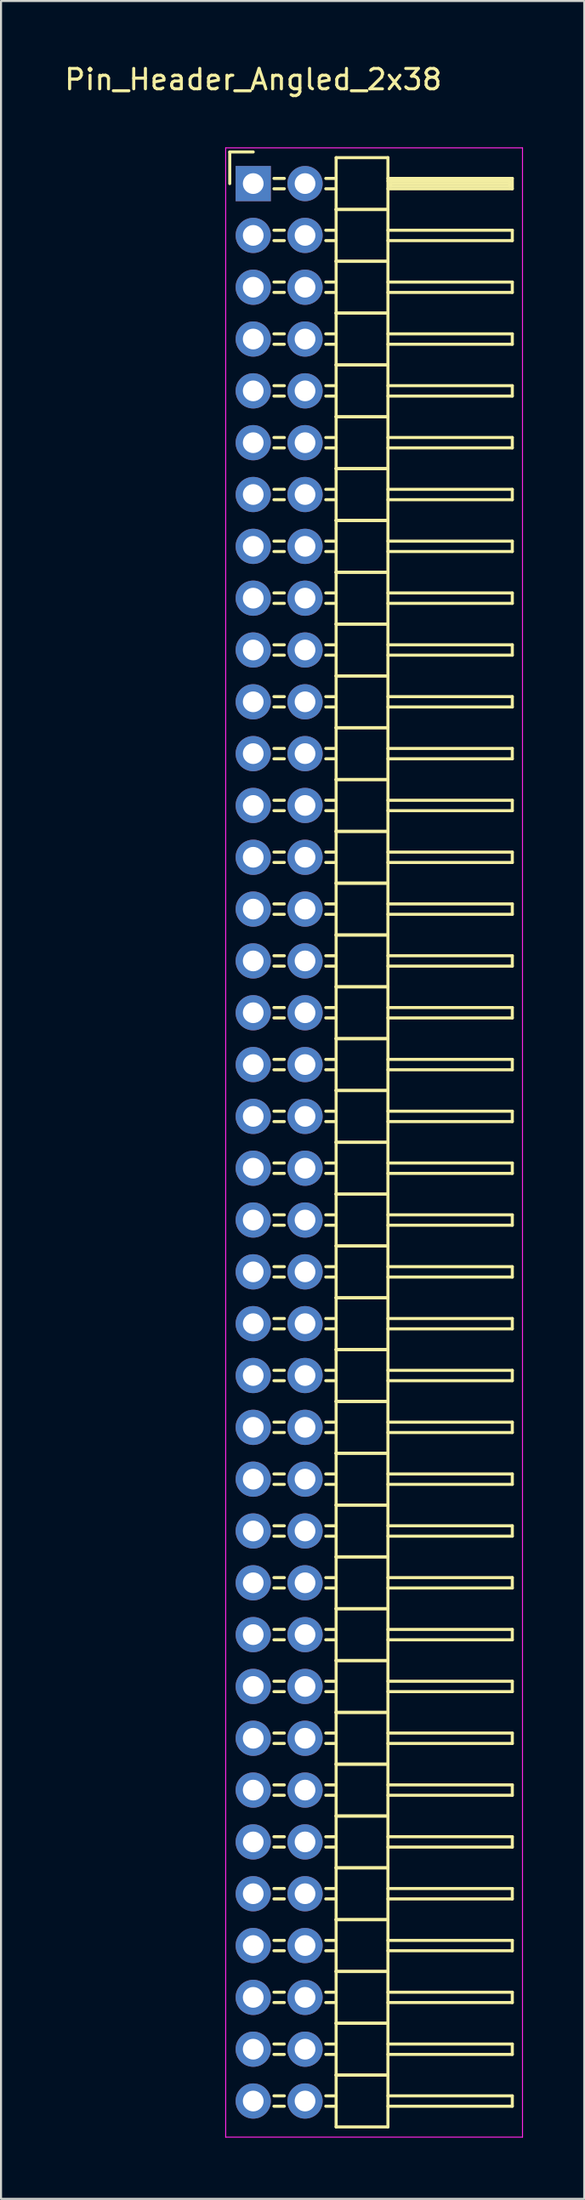
<source format=kicad_pcb>
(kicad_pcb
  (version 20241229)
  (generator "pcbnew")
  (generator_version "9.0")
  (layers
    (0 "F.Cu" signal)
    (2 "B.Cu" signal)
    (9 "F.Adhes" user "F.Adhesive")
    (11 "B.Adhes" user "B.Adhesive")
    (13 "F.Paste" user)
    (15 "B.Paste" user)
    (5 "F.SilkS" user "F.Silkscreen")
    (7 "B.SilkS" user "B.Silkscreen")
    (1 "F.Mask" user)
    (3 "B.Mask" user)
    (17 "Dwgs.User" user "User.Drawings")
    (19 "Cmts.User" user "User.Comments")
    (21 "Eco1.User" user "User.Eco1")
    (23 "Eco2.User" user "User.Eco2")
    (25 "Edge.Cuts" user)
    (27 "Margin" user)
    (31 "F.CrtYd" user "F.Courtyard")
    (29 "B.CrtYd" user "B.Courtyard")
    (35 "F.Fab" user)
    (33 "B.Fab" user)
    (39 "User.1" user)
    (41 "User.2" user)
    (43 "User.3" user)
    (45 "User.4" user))
  (footprint "Pin_Header_Angled_2x38"
    (layer "F.Cu")
    (at 9.363 5.948)
    (property "Reference" "Pin_Header_Angled_2x38" (at 0 -5.1 0) (layer "F.SilkS") (effects (font (size 1 1) (thickness 0.15))))
    (attr through_hole)
    (fp_line (start -1.15 -1.55) (end -1.15 0) (stroke (width 0.15) (type solid)) (layer "F.SilkS"))
    (fp_line (start 0 -1.55) (end -1.15 -1.55) (stroke (width 0.15) (type solid)) (layer "F.SilkS"))
    (fp_line (start 1.524 -0.254) (end 1.016 -0.254) (stroke (width 0.15) (type solid)) (layer "F.SilkS"))
    (fp_line (start 1.524 0.254) (end 1.016 0.254) (stroke (width 0.15) (type solid)) (layer "F.SilkS"))
    (fp_line (start 1.524 2.286) (end 1.016 2.286) (stroke (width 0.15) (type solid)) (layer "F.SilkS"))
    (fp_line (start 1.524 2.794) (end 1.016 2.794) (stroke (width 0.15) (type solid)) (layer "F.SilkS"))
    (fp_line (start 1.524 4.826) (end 1.016 4.826) (stroke (width 0.15) (type solid)) (layer "F.SilkS"))
    (fp_line (start 1.524 5.334) (end 1.016 5.334) (stroke (width 0.15) (type solid)) (layer "F.SilkS"))
    (fp_line (start 1.524 7.366) (end 1.016 7.366) (stroke (width 0.15) (type solid)) (layer "F.SilkS"))
    (fp_line (start 1.524 7.874) (end 1.016 7.874) (stroke (width 0.15) (type solid)) (layer "F.SilkS"))
    (fp_line (start 1.524 9.906) (end 1.016 9.906) (stroke (width 0.15) (type solid)) (layer "F.SilkS"))
    (fp_line (start 1.524 10.414) (end 1.016 10.414) (stroke (width 0.15) (type solid)) (layer "F.SilkS"))
    (fp_line (start 1.524 12.446) (end 1.016 12.446) (stroke (width 0.15) (type solid)) (layer "F.SilkS"))
    (fp_line (start 1.524 12.954) (end 1.016 12.954) (stroke (width 0.15) (type solid)) (layer "F.SilkS"))
    (fp_line (start 1.524 14.986) (end 1.016 14.986) (stroke (width 0.15) (type solid)) (layer "F.SilkS"))
    (fp_line (start 1.524 15.494) (end 1.016 15.494) (stroke (width 0.15) (type solid)) (layer "F.SilkS"))
    (fp_line (start 1.524 17.526) (end 1.016 17.526) (stroke (width 0.15) (type solid)) (layer "F.SilkS"))
    (fp_line (start 1.524 18.034) (end 1.016 18.034) (stroke (width 0.15) (type solid)) (layer "F.SilkS"))
    (fp_line (start 1.524 20.066) (end 1.016 20.066) (stroke (width 0.15) (type solid)) (layer "F.SilkS"))
    (fp_line (start 1.524 20.574) (end 1.016 20.574) (stroke (width 0.15) (type solid)) (layer "F.SilkS"))
    (fp_line (start 1.524 22.606) (end 1.016 22.606) (stroke (width 0.15) (type solid)) (layer "F.SilkS"))
    (fp_line (start 1.524 23.114) (end 1.016 23.114) (stroke (width 0.15) (type solid)) (layer "F.SilkS"))
    (fp_line (start 1.524 25.146) (end 1.016 25.146) (stroke (width 0.15) (type solid)) (layer "F.SilkS"))
    (fp_line (start 1.524 25.654) (end 1.016 25.654) (stroke (width 0.15) (type solid)) (layer "F.SilkS"))
    (fp_line (start 1.524 27.686) (end 1.016 27.686) (stroke (width 0.15) (type solid)) (layer "F.SilkS"))
    (fp_line (start 1.524 28.194) (end 1.016 28.194) (stroke (width 0.15) (type solid)) (layer "F.SilkS"))
    (fp_line (start 1.524 30.226) (end 1.016 30.226) (stroke (width 0.15) (type solid)) (layer "F.SilkS"))
    (fp_line (start 1.524 30.734) (end 1.016 30.734) (stroke (width 0.15) (type solid)) (layer "F.SilkS"))
    (fp_line (start 1.524 32.766) (end 1.016 32.766) (stroke (width 0.15) (type solid)) (layer "F.SilkS"))
    (fp_line (start 1.524 33.274) (end 1.016 33.274) (stroke (width 0.15) (type solid)) (layer "F.SilkS"))
    (fp_line (start 1.524 35.306) (end 1.016 35.306) (stroke (width 0.15) (type solid)) (layer "F.SilkS"))
    (fp_line (start 1.524 35.814) (end 1.016 35.814) (stroke (width 0.15) (type solid)) (layer "F.SilkS"))
    (fp_line (start 1.524 37.846) (end 1.016 37.846) (stroke (width 0.15) (type solid)) (layer "F.SilkS"))
    (fp_line (start 1.524 38.354) (end 1.016 38.354) (stroke (width 0.15) (type solid)) (layer "F.SilkS"))
    (fp_line (start 1.524 40.386) (end 1.016 40.386) (stroke (width 0.15) (type solid)) (layer "F.SilkS"))
    (fp_line (start 1.524 40.894) (end 1.016 40.894) (stroke (width 0.15) (type solid)) (layer "F.SilkS"))
    (fp_line (start 1.524 42.926) (end 1.016 42.926) (stroke (width 0.15) (type solid)) (layer "F.SilkS"))
    (fp_line (start 1.524 43.434) (end 1.016 43.434) (stroke (width 0.15) (type solid)) (layer "F.SilkS"))
    (fp_line (start 1.524 45.466) (end 1.016 45.466) (stroke (width 0.15) (type solid)) (layer "F.SilkS"))
    (fp_line (start 1.524 45.974) (end 1.016 45.974) (stroke (width 0.15) (type solid)) (layer "F.SilkS"))
    (fp_line (start 1.524 48.006) (end 1.016 48.006) (stroke (width 0.15) (type solid)) (layer "F.SilkS"))
    (fp_line (start 1.524 48.514) (end 1.016 48.514) (stroke (width 0.15) (type solid)) (layer "F.SilkS"))
    (fp_line (start 1.524 50.546) (end 1.016 50.546) (stroke (width 0.15) (type solid)) (layer "F.SilkS"))
    (fp_line (start 1.524 51.054) (end 1.016 51.054) (stroke (width 0.15) (type solid)) (layer "F.SilkS"))
    (fp_line (start 1.524 53.086) (end 1.016 53.086) (stroke (width 0.15) (type solid)) (layer "F.SilkS"))
    (fp_line (start 1.524 53.594) (end 1.016 53.594) (stroke (width 0.15) (type solid)) (layer "F.SilkS"))
    (fp_line (start 1.524 55.626) (end 1.016 55.626) (stroke (width 0.15) (type solid)) (layer "F.SilkS"))
    (fp_line (start 1.524 56.134) (end 1.016 56.134) (stroke (width 0.15) (type solid)) (layer "F.SilkS"))
    (fp_line (start 1.524 58.166) (end 1.016 58.166) (stroke (width 0.15) (type solid)) (layer "F.SilkS"))
    (fp_line (start 1.524 58.674) (end 1.016 58.674) (stroke (width 0.15) (type solid)) (layer "F.SilkS"))
    (fp_line (start 1.524 60.706) (end 1.016 60.706) (stroke (width 0.15) (type solid)) (layer "F.SilkS"))
    (fp_line (start 1.524 61.214) (end 1.016 61.214) (stroke (width 0.15) (type solid)) (layer "F.SilkS"))
    (fp_line (start 1.524 63.246) (end 1.016 63.246) (stroke (width 0.15) (type solid)) (layer "F.SilkS"))
    (fp_line (start 1.524 63.754) (end 1.016 63.754) (stroke (width 0.15) (type solid)) (layer "F.SilkS"))
    (fp_line (start 1.524 65.786) (end 1.016 65.786) (stroke (width 0.15) (type solid)) (layer "F.SilkS"))
    (fp_line (start 1.524 66.294) (end 1.016 66.294) (stroke (width 0.15) (type solid)) (layer "F.SilkS"))
    (fp_line (start 1.524 68.326) (end 1.016 68.326) (stroke (width 0.15) (type solid)) (layer "F.SilkS"))
    (fp_line (start 1.524 68.834) (end 1.016 68.834) (stroke (width 0.15) (type solid)) (layer "F.SilkS"))
    (fp_line (start 1.524 70.866) (end 1.016 70.866) (stroke (width 0.15) (type solid)) (layer "F.SilkS"))
    (fp_line (start 1.524 71.374) (end 1.016 71.374) (stroke (width 0.15) (type solid)) (layer "F.SilkS"))
    (fp_line (start 1.524 73.406) (end 1.016 73.406) (stroke (width 0.15) (type solid)) (layer "F.SilkS"))
    (fp_line (start 1.524 73.914) (end 1.016 73.914) (stroke (width 0.15) (type solid)) (layer "F.SilkS"))
    (fp_line (start 1.524 75.946) (end 1.016 75.946) (stroke (width 0.15) (type solid)) (layer "F.SilkS"))
    (fp_line (start 1.524 76.454) (end 1.016 76.454) (stroke (width 0.15) (type solid)) (layer "F.SilkS"))
    (fp_line (start 1.524 78.486) (end 1.016 78.486) (stroke (width 0.15) (type solid)) (layer "F.SilkS"))
    (fp_line (start 1.524 78.994) (end 1.016 78.994) (stroke (width 0.15) (type solid)) (layer "F.SilkS"))
    (fp_line (start 1.524 81.026) (end 1.016 81.026) (stroke (width 0.15) (type solid)) (layer "F.SilkS"))
    (fp_line (start 1.524 81.534) (end 1.016 81.534) (stroke (width 0.15) (type solid)) (layer "F.SilkS"))
    (fp_line (start 1.524 83.566) (end 1.016 83.566) (stroke (width 0.15) (type solid)) (layer "F.SilkS"))
    (fp_line (start 1.524 84.074) (end 1.016 84.074) (stroke (width 0.15) (type solid)) (layer "F.SilkS"))
    (fp_line (start 1.524 86.106) (end 1.016 86.106) (stroke (width 0.15) (type solid)) (layer "F.SilkS"))
    (fp_line (start 1.524 86.614) (end 1.016 86.614) (stroke (width 0.15) (type solid)) (layer "F.SilkS"))
    (fp_line (start 1.524 88.646) (end 1.016 88.646) (stroke (width 0.15) (type solid)) (layer "F.SilkS"))
    (fp_line (start 1.524 89.154) (end 1.016 89.154) (stroke (width 0.15) (type solid)) (layer "F.SilkS"))
    (fp_line (start 1.524 91.186) (end 1.016 91.186) (stroke (width 0.15) (type solid)) (layer "F.SilkS"))
    (fp_line (start 1.524 91.694) (end 1.016 91.694) (stroke (width 0.15) (type solid)) (layer "F.SilkS"))
    (fp_line (start 1.524 93.726) (end 1.016 93.726) (stroke (width 0.15) (type solid)) (layer "F.SilkS"))
    (fp_line (start 1.524 94.234) (end 1.016 94.234) (stroke (width 0.15) (type solid)) (layer "F.SilkS"))
    (fp_line (start 4.064 -1.27) (end 4.064 1.27) (stroke (width 0.15) (type solid)) (layer "F.SilkS"))
    (fp_line (start 4.064 -1.27) (end 6.604 -1.27) (stroke (width 0.15) (type solid)) (layer "F.SilkS"))
    (fp_line (start 4.064 -0.254) (end 3.556 -0.254) (stroke (width 0.15) (type solid)) (layer "F.SilkS"))
    (fp_line (start 4.064 0.254) (end 3.556 0.254) (stroke (width 0.15) (type solid)) (layer "F.SilkS"))
    (fp_line (start 4.064 1.27) (end 4.064 3.81) (stroke (width 0.15) (type solid)) (layer "F.SilkS"))
    (fp_line (start 4.064 1.27) (end 6.604 1.27) (stroke (width 0.15) (type solid)) (layer "F.SilkS"))
    (fp_line (start 4.064 1.27) (end 6.604 1.27) (stroke (width 0.15) (type solid)) (layer "F.SilkS"))
    (fp_line (start 4.064 2.286) (end 3.556 2.286) (stroke (width 0.15) (type solid)) (layer "F.SilkS"))
    (fp_line (start 4.064 2.794) (end 3.556 2.794) (stroke (width 0.15) (type solid)) (layer "F.SilkS"))
    (fp_line (start 4.064 3.81) (end 4.064 6.35) (stroke (width 0.15) (type solid)) (layer "F.SilkS"))
    (fp_line (start 4.064 3.81) (end 6.604 3.81) (stroke (width 0.15) (type solid)) (layer "F.SilkS"))
    (fp_line (start 4.064 3.81) (end 6.604 3.81) (stroke (width 0.15) (type solid)) (layer "F.SilkS"))
    (fp_line (start 4.064 4.826) (end 3.556 4.826) (stroke (width 0.15) (type solid)) (layer "F.SilkS"))
    (fp_line (start 4.064 5.334) (end 3.556 5.334) (stroke (width 0.15) (type solid)) (layer "F.SilkS"))
    (fp_line (start 4.064 6.35) (end 4.064 8.89) (stroke (width 0.15) (type solid)) (layer "F.SilkS"))
    (fp_line (start 4.064 6.35) (end 6.604 6.35) (stroke (width 0.15) (type solid)) (layer "F.SilkS"))
    (fp_line (start 4.064 6.35) (end 6.604 6.35) (stroke (width 0.15) (type solid)) (layer "F.SilkS"))
    (fp_line (start 4.064 7.366) (end 3.556 7.366) (stroke (width 0.15) (type solid)) (layer "F.SilkS"))
    (fp_line (start 4.064 7.874) (end 3.556 7.874) (stroke (width 0.15) (type solid)) (layer "F.SilkS"))
    (fp_line (start 4.064 8.89) (end 4.064 11.43) (stroke (width 0.15) (type solid)) (layer "F.SilkS"))
    (fp_line (start 4.064 8.89) (end 6.604 8.89) (stroke (width 0.15) (type solid)) (layer "F.SilkS"))
    (fp_line (start 4.064 8.89) (end 6.604 8.89) (stroke (width 0.15) (type solid)) (layer "F.SilkS"))
    (fp_line (start 4.064 9.906) (end 3.556 9.906) (stroke (width 0.15) (type solid)) (layer "F.SilkS"))
    (fp_line (start 4.064 10.414) (end 3.556 10.414) (stroke (width 0.15) (type solid)) (layer "F.SilkS"))
    (fp_line (start 4.064 11.43) (end 4.064 13.97) (stroke (width 0.15) (type solid)) (layer "F.SilkS"))
    (fp_line (start 4.064 11.43) (end 6.604 11.43) (stroke (width 0.15) (type solid)) (layer "F.SilkS"))
    (fp_line (start 4.064 11.43) (end 6.604 11.43) (stroke (width 0.15) (type solid)) (layer "F.SilkS"))
    (fp_line (start 4.064 12.446) (end 3.556 12.446) (stroke (width 0.15) (type solid)) (layer "F.SilkS"))
    (fp_line (start 4.064 12.954) (end 3.556 12.954) (stroke (width 0.15) (type solid)) (layer "F.SilkS"))
    (fp_line (start 4.064 13.97) (end 4.064 16.51) (stroke (width 0.15) (type solid)) (layer "F.SilkS"))
    (fp_line (start 4.064 13.97) (end 6.604 13.97) (stroke (width 0.15) (type solid)) (layer "F.SilkS"))
    (fp_line (start 4.064 13.97) (end 6.604 13.97) (stroke (width 0.15) (type solid)) (layer "F.SilkS"))
    (fp_line (start 4.064 14.986) (end 3.556 14.986) (stroke (width 0.15) (type solid)) (layer "F.SilkS"))
    (fp_line (start 4.064 15.494) (end 3.556 15.494) (stroke (width 0.15) (type solid)) (layer "F.SilkS"))
    (fp_line (start 4.064 16.51) (end 4.064 19.05) (stroke (width 0.15) (type solid)) (layer "F.SilkS"))
    (fp_line (start 4.064 16.51) (end 6.604 16.51) (stroke (width 0.15) (type solid)) (layer "F.SilkS"))
    (fp_line (start 4.064 16.51) (end 6.604 16.51) (stroke (width 0.15) (type solid)) (layer "F.SilkS"))
    (fp_line (start 4.064 17.526) (end 3.556 17.526) (stroke (width 0.15) (type solid)) (layer "F.SilkS"))
    (fp_line (start 4.064 18.034) (end 3.556 18.034) (stroke (width 0.15) (type solid)) (layer "F.SilkS"))
    (fp_line (start 4.064 19.05) (end 4.064 21.59) (stroke (width 0.15) (type solid)) (layer "F.SilkS"))
    (fp_line (start 4.064 19.05) (end 6.604 19.05) (stroke (width 0.15) (type solid)) (layer "F.SilkS"))
    (fp_line (start 4.064 19.05) (end 6.604 19.05) (stroke (width 0.15) (type solid)) (layer "F.SilkS"))
    (fp_line (start 4.064 20.066) (end 3.556 20.066) (stroke (width 0.15) (type solid)) (layer "F.SilkS"))
    (fp_line (start 4.064 20.574) (end 3.556 20.574) (stroke (width 0.15) (type solid)) (layer "F.SilkS"))
    (fp_line (start 4.064 21.59) (end 4.064 24.13) (stroke (width 0.15) (type solid)) (layer "F.SilkS"))
    (fp_line (start 4.064 21.59) (end 6.604 21.59) (stroke (width 0.15) (type solid)) (layer "F.SilkS"))
    (fp_line (start 4.064 21.59) (end 6.604 21.59) (stroke (width 0.15) (type solid)) (layer "F.SilkS"))
    (fp_line (start 4.064 22.606) (end 3.556 22.606) (stroke (width 0.15) (type solid)) (layer "F.SilkS"))
    (fp_line (start 4.064 23.114) (end 3.556 23.114) (stroke (width 0.15) (type solid)) (layer "F.SilkS"))
    (fp_line (start 4.064 24.13) (end 4.064 26.67) (stroke (width 0.15) (type solid)) (layer "F.SilkS"))
    (fp_line (start 4.064 24.13) (end 6.604 24.13) (stroke (width 0.15) (type solid)) (layer "F.SilkS"))
    (fp_line (start 4.064 24.13) (end 6.604 24.13) (stroke (width 0.15) (type solid)) (layer "F.SilkS"))
    (fp_line (start 4.064 25.146) (end 3.556 25.146) (stroke (width 0.15) (type solid)) (layer "F.SilkS"))
    (fp_line (start 4.064 25.654) (end 3.556 25.654) (stroke (width 0.15) (type solid)) (layer "F.SilkS"))
    (fp_line (start 4.064 26.67) (end 4.064 29.21) (stroke (width 0.15) (type solid)) (layer "F.SilkS"))
    (fp_line (start 4.064 26.67) (end 6.604 26.67) (stroke (width 0.15) (type solid)) (layer "F.SilkS"))
    (fp_line (start 4.064 26.67) (end 6.604 26.67) (stroke (width 0.15) (type solid)) (layer "F.SilkS"))
    (fp_line (start 4.064 27.686) (end 3.556 27.686) (stroke (width 0.15) (type solid)) (layer "F.SilkS"))
    (fp_line (start 4.064 28.194) (end 3.556 28.194) (stroke (width 0.15) (type solid)) (layer "F.SilkS"))
    (fp_line (start 4.064 29.21) (end 4.064 31.75) (stroke (width 0.15) (type solid)) (layer "F.SilkS"))
    (fp_line (start 4.064 29.21) (end 6.604 29.21) (stroke (width 0.15) (type solid)) (layer "F.SilkS"))
    (fp_line (start 4.064 29.21) (end 6.604 29.21) (stroke (width 0.15) (type solid)) (layer "F.SilkS"))
    (fp_line (start 4.064 30.226) (end 3.556 30.226) (stroke (width 0.15) (type solid)) (layer "F.SilkS"))
    (fp_line (start 4.064 30.734) (end 3.556 30.734) (stroke (width 0.15) (type solid)) (layer "F.SilkS"))
    (fp_line (start 4.064 31.75) (end 4.064 34.29) (stroke (width 0.15) (type solid)) (layer "F.SilkS"))
    (fp_line (start 4.064 31.75) (end 6.604 31.75) (stroke (width 0.15) (type solid)) (layer "F.SilkS"))
    (fp_line (start 4.064 31.75) (end 6.604 31.75) (stroke (width 0.15) (type solid)) (layer "F.SilkS"))
    (fp_line (start 4.064 32.766) (end 3.556 32.766) (stroke (width 0.15) (type solid)) (layer "F.SilkS"))
    (fp_line (start 4.064 33.274) (end 3.556 33.274) (stroke (width 0.15) (type solid)) (layer "F.SilkS"))
    (fp_line (start 4.064 34.29) (end 4.064 36.83) (stroke (width 0.15) (type solid)) (layer "F.SilkS"))
    (fp_line (start 4.064 34.29) (end 6.604 34.29) (stroke (width 0.15) (type solid)) (layer "F.SilkS"))
    (fp_line (start 4.064 34.29) (end 6.604 34.29) (stroke (width 0.15) (type solid)) (layer "F.SilkS"))
    (fp_line (start 4.064 35.306) (end 3.556 35.306) (stroke (width 0.15) (type solid)) (layer "F.SilkS"))
    (fp_line (start 4.064 35.814) (end 3.556 35.814) (stroke (width 0.15) (type solid)) (layer "F.SilkS"))
    (fp_line (start 4.064 36.83) (end 4.064 39.37) (stroke (width 0.15) (type solid)) (layer "F.SilkS"))
    (fp_line (start 4.064 36.83) (end 6.604 36.83) (stroke (width 0.15) (type solid)) (layer "F.SilkS"))
    (fp_line (start 4.064 36.83) (end 6.604 36.83) (stroke (width 0.15) (type solid)) (layer "F.SilkS"))
    (fp_line (start 4.064 37.846) (end 3.556 37.846) (stroke (width 0.15) (type solid)) (layer "F.SilkS"))
    (fp_line (start 4.064 38.354) (end 3.556 38.354) (stroke (width 0.15) (type solid)) (layer "F.SilkS"))
    (fp_line (start 4.064 39.37) (end 4.064 41.91) (stroke (width 0.15) (type solid)) (layer "F.SilkS"))
    (fp_line (start 4.064 39.37) (end 6.604 39.37) (stroke (width 0.15) (type solid)) (layer "F.SilkS"))
    (fp_line (start 4.064 39.37) (end 6.604 39.37) (stroke (width 0.15) (type solid)) (layer "F.SilkS"))
    (fp_line (start 4.064 40.386) (end 3.556 40.386) (stroke (width 0.15) (type solid)) (layer "F.SilkS"))
    (fp_line (start 4.064 40.894) (end 3.556 40.894) (stroke (width 0.15) (type solid)) (layer "F.SilkS"))
    (fp_line (start 4.064 41.91) (end 4.064 44.45) (stroke (width 0.15) (type solid)) (layer "F.SilkS"))
    (fp_line (start 4.064 41.91) (end 6.604 41.91) (stroke (width 0.15) (type solid)) (layer "F.SilkS"))
    (fp_line (start 4.064 41.91) (end 6.604 41.91) (stroke (width 0.15) (type solid)) (layer "F.SilkS"))
    (fp_line (start 4.064 42.926) (end 3.556 42.926) (stroke (width 0.15) (type solid)) (layer "F.SilkS"))
    (fp_line (start 4.064 43.434) (end 3.556 43.434) (stroke (width 0.15) (type solid)) (layer "F.SilkS"))
    (fp_line (start 4.064 44.45) (end 4.064 46.99) (stroke (width 0.15) (type solid)) (layer "F.SilkS"))
    (fp_line (start 4.064 44.45) (end 6.604 44.45) (stroke (width 0.15) (type solid)) (layer "F.SilkS"))
    (fp_line (start 4.064 44.45) (end 6.604 44.45) (stroke (width 0.15) (type solid)) (layer "F.SilkS"))
    (fp_line (start 4.064 45.466) (end 3.556 45.466) (stroke (width 0.15) (type solid)) (layer "F.SilkS"))
    (fp_line (start 4.064 45.974) (end 3.556 45.974) (stroke (width 0.15) (type solid)) (layer "F.SilkS"))
    (fp_line (start 4.064 46.99) (end 4.064 49.53) (stroke (width 0.15) (type solid)) (layer "F.SilkS"))
    (fp_line (start 4.064 46.99) (end 6.604 46.99) (stroke (width 0.15) (type solid)) (layer "F.SilkS"))
    (fp_line (start 4.064 46.99) (end 6.604 46.99) (stroke (width 0.15) (type solid)) (layer "F.SilkS"))
    (fp_line (start 4.064 48.006) (end 3.556 48.006) (stroke (width 0.15) (type solid)) (layer "F.SilkS"))
    (fp_line (start 4.064 48.514) (end 3.556 48.514) (stroke (width 0.15) (type solid)) (layer "F.SilkS"))
    (fp_line (start 4.064 49.53) (end 4.064 52.07) (stroke (width 0.15) (type solid)) (layer "F.SilkS"))
    (fp_line (start 4.064 49.53) (end 6.604 49.53) (stroke (width 0.15) (type solid)) (layer "F.SilkS"))
    (fp_line (start 4.064 49.53) (end 6.604 49.53) (stroke (width 0.15) (type solid)) (layer "F.SilkS"))
    (fp_line (start 4.064 50.546) (end 3.556 50.546) (stroke (width 0.15) (type solid)) (layer "F.SilkS"))
    (fp_line (start 4.064 51.054) (end 3.556 51.054) (stroke (width 0.15) (type solid)) (layer "F.SilkS"))
    (fp_line (start 4.064 52.07) (end 4.064 54.61) (stroke (width 0.15) (type solid)) (layer "F.SilkS"))
    (fp_line (start 4.064 52.07) (end 6.604 52.07) (stroke (width 0.15) (type solid)) (layer "F.SilkS"))
    (fp_line (start 4.064 52.07) (end 6.604 52.07) (stroke (width 0.15) (type solid)) (layer "F.SilkS"))
    (fp_line (start 4.064 53.086) (end 3.556 53.086) (stroke (width 0.15) (type solid)) (layer "F.SilkS"))
    (fp_line (start 4.064 53.594) (end 3.556 53.594) (stroke (width 0.15) (type solid)) (layer "F.SilkS"))
    (fp_line (start 4.064 54.61) (end 4.064 57.15) (stroke (width 0.15) (type solid)) (layer "F.SilkS"))
    (fp_line (start 4.064 54.61) (end 6.604 54.61) (stroke (width 0.15) (type solid)) (layer "F.SilkS"))
    (fp_line (start 4.064 54.61) (end 6.604 54.61) (stroke (width 0.15) (type solid)) (layer "F.SilkS"))
    (fp_line (start 4.064 55.626) (end 3.556 55.626) (stroke (width 0.15) (type solid)) (layer "F.SilkS"))
    (fp_line (start 4.064 56.134) (end 3.556 56.134) (stroke (width 0.15) (type solid)) (layer "F.SilkS"))
    (fp_line (start 4.064 57.15) (end 4.064 59.69) (stroke (width 0.15) (type solid)) (layer "F.SilkS"))
    (fp_line (start 4.064 57.15) (end 6.604 57.15) (stroke (width 0.15) (type solid)) (layer "F.SilkS"))
    (fp_line (start 4.064 57.15) (end 6.604 57.15) (stroke (width 0.15) (type solid)) (layer "F.SilkS"))
    (fp_line (start 4.064 58.166) (end 3.556 58.166) (stroke (width 0.15) (type solid)) (layer "F.SilkS"))
    (fp_line (start 4.064 58.674) (end 3.556 58.674) (stroke (width 0.15) (type solid)) (layer "F.SilkS"))
    (fp_line (start 4.064 59.69) (end 4.064 62.23) (stroke (width 0.15) (type solid)) (layer "F.SilkS"))
    (fp_line (start 4.064 59.69) (end 6.604 59.69) (stroke (width 0.15) (type solid)) (layer "F.SilkS"))
    (fp_line (start 4.064 59.69) (end 6.604 59.69) (stroke (width 0.15) (type solid)) (layer "F.SilkS"))
    (fp_line (start 4.064 60.706) (end 3.556 60.706) (stroke (width 0.15) (type solid)) (layer "F.SilkS"))
    (fp_line (start 4.064 61.214) (end 3.556 61.214) (stroke (width 0.15) (type solid)) (layer "F.SilkS"))
    (fp_line (start 4.064 62.23) (end 4.064 64.77) (stroke (width 0.15) (type solid)) (layer "F.SilkS"))
    (fp_line (start 4.064 62.23) (end 6.604 62.23) (stroke (width 0.15) (type solid)) (layer "F.SilkS"))
    (fp_line (start 4.064 62.23) (end 6.604 62.23) (stroke (width 0.15) (type solid)) (layer "F.SilkS"))
    (fp_line (start 4.064 63.246) (end 3.556 63.246) (stroke (width 0.15) (type solid)) (layer "F.SilkS"))
    (fp_line (start 4.064 63.754) (end 3.556 63.754) (stroke (width 0.15) (type solid)) (layer "F.SilkS"))
    (fp_line (start 4.064 64.77) (end 4.064 67.31) (stroke (width 0.15) (type solid)) (layer "F.SilkS"))
    (fp_line (start 4.064 64.77) (end 6.604 64.77) (stroke (width 0.15) (type solid)) (layer "F.SilkS"))
    (fp_line (start 4.064 64.77) (end 6.604 64.77) (stroke (width 0.15) (type solid)) (layer "F.SilkS"))
    (fp_line (start 4.064 65.786) (end 3.556 65.786) (stroke (width 0.15) (type solid)) (layer "F.SilkS"))
    (fp_line (start 4.064 66.294) (end 3.556 66.294) (stroke (width 0.15) (type solid)) (layer "F.SilkS"))
    (fp_line (start 4.064 67.31) (end 4.064 69.85) (stroke (width 0.15) (type solid)) (layer "F.SilkS"))
    (fp_line (start 4.064 67.31) (end 6.604 67.31) (stroke (width 0.15) (type solid)) (layer "F.SilkS"))
    (fp_line (start 4.064 67.31) (end 6.604 67.31) (stroke (width 0.15) (type solid)) (layer "F.SilkS"))
    (fp_line (start 4.064 68.326) (end 3.556 68.326) (stroke (width 0.15) (type solid)) (layer "F.SilkS"))
    (fp_line (start 4.064 68.834) (end 3.556 68.834) (stroke (width 0.15) (type solid)) (layer "F.SilkS"))
    (fp_line (start 4.064 69.85) (end 4.064 72.39) (stroke (width 0.15) (type solid)) (layer "F.SilkS"))
    (fp_line (start 4.064 69.85) (end 6.604 69.85) (stroke (width 0.15) (type solid)) (layer "F.SilkS"))
    (fp_line (start 4.064 69.85) (end 6.604 69.85) (stroke (width 0.15) (type solid)) (layer "F.SilkS"))
    (fp_line (start 4.064 70.866) (end 3.556 70.866) (stroke (width 0.15) (type solid)) (layer "F.SilkS"))
    (fp_line (start 4.064 71.374) (end 3.556 71.374) (stroke (width 0.15) (type solid)) (layer "F.SilkS"))
    (fp_line (start 4.064 72.39) (end 4.064 74.93) (stroke (width 0.15) (type solid)) (layer "F.SilkS"))
    (fp_line (start 4.064 72.39) (end 6.604 72.39) (stroke (width 0.15) (type solid)) (layer "F.SilkS"))
    (fp_line (start 4.064 72.39) (end 6.604 72.39) (stroke (width 0.15) (type solid)) (layer "F.SilkS"))
    (fp_line (start 4.064 73.406) (end 3.556 73.406) (stroke (width 0.15) (type solid)) (layer "F.SilkS"))
    (fp_line (start 4.064 73.914) (end 3.556 73.914) (stroke (width 0.15) (type solid)) (layer "F.SilkS"))
    (fp_line (start 4.064 74.93) (end 4.064 77.47) (stroke (width 0.15) (type solid)) (layer "F.SilkS"))
    (fp_line (start 4.064 74.93) (end 6.604 74.93) (stroke (width 0.15) (type solid)) (layer "F.SilkS"))
    (fp_line (start 4.064 74.93) (end 6.604 74.93) (stroke (width 0.15) (type solid)) (layer "F.SilkS"))
    (fp_line (start 4.064 75.946) (end 3.556 75.946) (stroke (width 0.15) (type solid)) (layer "F.SilkS"))
    (fp_line (start 4.064 76.454) (end 3.556 76.454) (stroke (width 0.15) (type solid)) (layer "F.SilkS"))
    (fp_line (start 4.064 77.47) (end 4.064 80.01) (stroke (width 0.15) (type solid)) (layer "F.SilkS"))
    (fp_line (start 4.064 77.47) (end 6.604 77.47) (stroke (width 0.15) (type solid)) (layer "F.SilkS"))
    (fp_line (start 4.064 77.47) (end 6.604 77.47) (stroke (width 0.15) (type solid)) (layer "F.SilkS"))
    (fp_line (start 4.064 78.486) (end 3.556 78.486) (stroke (width 0.15) (type solid)) (layer "F.SilkS"))
    (fp_line (start 4.064 78.994) (end 3.556 78.994) (stroke (width 0.15) (type solid)) (layer "F.SilkS"))
    (fp_line (start 4.064 80.01) (end 4.064 82.55) (stroke (width 0.15) (type solid)) (layer "F.SilkS"))
    (fp_line (start 4.064 80.01) (end 6.604 80.01) (stroke (width 0.15) (type solid)) (layer "F.SilkS"))
    (fp_line (start 4.064 80.01) (end 6.604 80.01) (stroke (width 0.15) (type solid)) (layer "F.SilkS"))
    (fp_line (start 4.064 81.026) (end 3.556 81.026) (stroke (width 0.15) (type solid)) (layer "F.SilkS"))
    (fp_line (start 4.064 81.534) (end 3.556 81.534) (stroke (width 0.15) (type solid)) (layer "F.SilkS"))
    (fp_line (start 4.064 82.55) (end 4.064 85.09) (stroke (width 0.15) (type solid)) (layer "F.SilkS"))
    (fp_line (start 4.064 82.55) (end 6.604 82.55) (stroke (width 0.15) (type solid)) (layer "F.SilkS"))
    (fp_line (start 4.064 82.55) (end 6.604 82.55) (stroke (width 0.15) (type solid)) (layer "F.SilkS"))
    (fp_line (start 4.064 83.566) (end 3.556 83.566) (stroke (width 0.15) (type solid)) (layer "F.SilkS"))
    (fp_line (start 4.064 84.074) (end 3.556 84.074) (stroke (width 0.15) (type solid)) (layer "F.SilkS"))
    (fp_line (start 4.064 85.09) (end 4.064 87.63) (stroke (width 0.15) (type solid)) (layer "F.SilkS"))
    (fp_line (start 4.064 85.09) (end 6.604 85.09) (stroke (width 0.15) (type solid)) (layer "F.SilkS"))
    (fp_line (start 4.064 85.09) (end 6.604 85.09) (stroke (width 0.15) (type solid)) (layer "F.SilkS"))
    (fp_line (start 4.064 86.106) (end 3.556 86.106) (stroke (width 0.15) (type solid)) (layer "F.SilkS"))
    (fp_line (start 4.064 86.614) (end 3.556 86.614) (stroke (width 0.15) (type solid)) (layer "F.SilkS"))
    (fp_line (start 4.064 87.63) (end 4.064 90.17) (stroke (width 0.15) (type solid)) (layer "F.SilkS"))
    (fp_line (start 4.064 87.63) (end 6.604 87.63) (stroke (width 0.15) (type solid)) (layer "F.SilkS"))
    (fp_line (start 4.064 87.63) (end 6.604 87.63) (stroke (width 0.15) (type solid)) (layer "F.SilkS"))
    (fp_line (start 4.064 88.646) (end 3.556 88.646) (stroke (width 0.15) (type solid)) (layer "F.SilkS"))
    (fp_line (start 4.064 89.154) (end 3.556 89.154) (stroke (width 0.15) (type solid)) (layer "F.SilkS"))
    (fp_line (start 4.064 90.17) (end 4.064 92.71) (stroke (width 0.15) (type solid)) (layer "F.SilkS"))
    (fp_line (start 4.064 90.17) (end 6.604 90.17) (stroke (width 0.15) (type solid)) (layer "F.SilkS"))
    (fp_line (start 4.064 90.17) (end 6.604 90.17) (stroke (width 0.15) (type solid)) (layer "F.SilkS"))
    (fp_line (start 4.064 91.186) (end 3.556 91.186) (stroke (width 0.15) (type solid)) (layer "F.SilkS"))
    (fp_line (start 4.064 91.694) (end 3.556 91.694) (stroke (width 0.15) (type solid)) (layer "F.SilkS"))
    (fp_line (start 4.064 92.71) (end 4.064 95.25) (stroke (width 0.15) (type solid)) (layer "F.SilkS"))
    (fp_line (start 4.064 92.71) (end 6.604 92.71) (stroke (width 0.15) (type solid)) (layer "F.SilkS"))
    (fp_line (start 4.064 92.71) (end 6.604 92.71) (stroke (width 0.15) (type solid)) (layer "F.SilkS"))
    (fp_line (start 4.064 93.726) (end 3.556 93.726) (stroke (width 0.15) (type solid)) (layer "F.SilkS"))
    (fp_line (start 4.064 94.234) (end 3.556 94.234) (stroke (width 0.15) (type solid)) (layer "F.SilkS"))
    (fp_line (start 4.064 95.25) (end 6.604 95.25) (stroke (width 0.15) (type solid)) (layer "F.SilkS"))
    (fp_line (start 6.604 -0.254) (end 12.7 -0.254) (stroke (width 0.15) (type solid)) (layer "F.SilkS"))
    (fp_line (start 6.604 -0.127) (end 12.573 -0.127) (stroke (width 0.15) (type solid)) (layer "F.SilkS"))
    (fp_line (start 6.604 1.27) (end 6.604 -1.27) (stroke (width 0.15) (type solid)) (layer "F.SilkS"))
    (fp_line (start 6.604 2.286) (end 12.7 2.286) (stroke (width 0.15) (type solid)) (layer "F.SilkS"))
    (fp_line (start 6.604 3.81) (end 6.604 1.27) (stroke (width 0.15) (type solid)) (layer "F.SilkS"))
    (fp_line (start 6.604 4.826) (end 12.7 4.826) (stroke (width 0.15) (type solid)) (layer "F.SilkS"))
    (fp_line (start 6.604 6.35) (end 6.604 3.81) (stroke (width 0.15) (type solid)) (layer "F.SilkS"))
    (fp_line (start 6.604 7.366) (end 12.7 7.366) (stroke (width 0.15) (type solid)) (layer "F.SilkS"))
    (fp_line (start 6.604 8.89) (end 6.604 6.35) (stroke (width 0.15) (type solid)) (layer "F.SilkS"))
    (fp_line (start 6.604 9.906) (end 12.7 9.906) (stroke (width 0.15) (type solid)) (layer "F.SilkS"))
    (fp_line (start 6.604 11.43) (end 6.604 8.89) (stroke (width 0.15) (type solid)) (layer "F.SilkS"))
    (fp_line (start 6.604 12.446) (end 12.7 12.446) (stroke (width 0.15) (type solid)) (layer "F.SilkS"))
    (fp_line (start 6.604 13.97) (end 6.604 11.43) (stroke (width 0.15) (type solid)) (layer "F.SilkS"))
    (fp_line (start 6.604 14.986) (end 12.7 14.986) (stroke (width 0.15) (type solid)) (layer "F.SilkS"))
    (fp_line (start 6.604 16.51) (end 6.604 13.97) (stroke (width 0.15) (type solid)) (layer "F.SilkS"))
    (fp_line (start 6.604 17.526) (end 12.7 17.526) (stroke (width 0.15) (type solid)) (layer "F.SilkS"))
    (fp_line (start 6.604 19.05) (end 6.604 16.51) (stroke (width 0.15) (type solid)) (layer "F.SilkS"))
    (fp_line (start 6.604 20.066) (end 12.7 20.066) (stroke (width 0.15) (type solid)) (layer "F.SilkS"))
    (fp_line (start 6.604 21.59) (end 6.604 19.05) (stroke (width 0.15) (type solid)) (layer "F.SilkS"))
    (fp_line (start 6.604 22.606) (end 12.7 22.606) (stroke (width 0.15) (type solid)) (layer "F.SilkS"))
    (fp_line (start 6.604 24.13) (end 6.604 21.59) (stroke (width 0.15) (type solid)) (layer "F.SilkS"))
    (fp_line (start 6.604 25.146) (end 12.7 25.146) (stroke (width 0.15) (type solid)) (layer "F.SilkS"))
    (fp_line (start 6.604 26.67) (end 6.604 24.13) (stroke (width 0.15) (type solid)) (layer "F.SilkS"))
    (fp_line (start 6.604 27.686) (end 12.7 27.686) (stroke (width 0.15) (type solid)) (layer "F.SilkS"))
    (fp_line (start 6.604 29.21) (end 6.604 26.67) (stroke (width 0.15) (type solid)) (layer "F.SilkS"))
    (fp_line (start 6.604 30.226) (end 12.7 30.226) (stroke (width 0.15) (type solid)) (layer "F.SilkS"))
    (fp_line (start 6.604 31.75) (end 6.604 29.21) (stroke (width 0.15) (type solid)) (layer "F.SilkS"))
    (fp_line (start 6.604 32.766) (end 12.7 32.766) (stroke (width 0.15) (type solid)) (layer "F.SilkS"))
    (fp_line (start 6.604 34.29) (end 6.604 31.75) (stroke (width 0.15) (type solid)) (layer "F.SilkS"))
    (fp_line (start 6.604 35.306) (end 12.7 35.306) (stroke (width 0.15) (type solid)) (layer "F.SilkS"))
    (fp_line (start 6.604 36.83) (end 6.604 34.29) (stroke (width 0.15) (type solid)) (layer "F.SilkS"))
    (fp_line (start 6.604 37.846) (end 12.7 37.846) (stroke (width 0.15) (type solid)) (layer "F.SilkS"))
    (fp_line (start 6.604 39.37) (end 6.604 36.83) (stroke (width 0.15) (type solid)) (layer "F.SilkS"))
    (fp_line (start 6.604 40.386) (end 12.7 40.386) (stroke (width 0.15) (type solid)) (layer "F.SilkS"))
    (fp_line (start 6.604 41.91) (end 6.604 39.37) (stroke (width 0.15) (type solid)) (layer "F.SilkS"))
    (fp_line (start 6.604 42.926) (end 12.7 42.926) (stroke (width 0.15) (type solid)) (layer "F.SilkS"))
    (fp_line (start 6.604 44.45) (end 6.604 41.91) (stroke (width 0.15) (type solid)) (layer "F.SilkS"))
    (fp_line (start 6.604 45.466) (end 12.7 45.466) (stroke (width 0.15) (type solid)) (layer "F.SilkS"))
    (fp_line (start 6.604 46.99) (end 6.604 44.45) (stroke (width 0.15) (type solid)) (layer "F.SilkS"))
    (fp_line (start 6.604 48.006) (end 12.7 48.006) (stroke (width 0.15) (type solid)) (layer "F.SilkS"))
    (fp_line (start 6.604 49.53) (end 6.604 46.99) (stroke (width 0.15) (type solid)) (layer "F.SilkS"))
    (fp_line (start 6.604 50.546) (end 12.7 50.546) (stroke (width 0.15) (type solid)) (layer "F.SilkS"))
    (fp_line (start 6.604 52.07) (end 6.604 49.53) (stroke (width 0.15) (type solid)) (layer "F.SilkS"))
    (fp_line (start 6.604 53.086) (end 12.7 53.086) (stroke (width 0.15) (type solid)) (layer "F.SilkS"))
    (fp_line (start 6.604 54.61) (end 6.604 52.07) (stroke (width 0.15) (type solid)) (layer "F.SilkS"))
    (fp_line (start 6.604 55.626) (end 12.7 55.626) (stroke (width 0.15) (type solid)) (layer "F.SilkS"))
    (fp_line (start 6.604 57.15) (end 6.604 54.61) (stroke (width 0.15) (type solid)) (layer "F.SilkS"))
    (fp_line (start 6.604 58.166) (end 12.7 58.166) (stroke (width 0.15) (type solid)) (layer "F.SilkS"))
    (fp_line (start 6.604 59.69) (end 6.604 57.15) (stroke (width 0.15) (type solid)) (layer "F.SilkS"))
    (fp_line (start 6.604 60.706) (end 12.7 60.706) (stroke (width 0.15) (type solid)) (layer "F.SilkS"))
    (fp_line (start 6.604 62.23) (end 6.604 59.69) (stroke (width 0.15) (type solid)) (layer "F.SilkS"))
    (fp_line (start 6.604 63.246) (end 12.7 63.246) (stroke (width 0.15) (type solid)) (layer "F.SilkS"))
    (fp_line (start 6.604 64.77) (end 6.604 62.23) (stroke (width 0.15) (type solid)) (layer "F.SilkS"))
    (fp_line (start 6.604 65.786) (end 12.7 65.786) (stroke (width 0.15) (type solid)) (layer "F.SilkS"))
    (fp_line (start 6.604 67.31) (end 6.604 64.77) (stroke (width 0.15) (type solid)) (layer "F.SilkS"))
    (fp_line (start 6.604 68.326) (end 12.7 68.326) (stroke (width 0.15) (type solid)) (layer "F.SilkS"))
    (fp_line (start 6.604 69.85) (end 6.604 67.31) (stroke (width 0.15) (type solid)) (layer "F.SilkS"))
    (fp_line (start 6.604 70.866) (end 12.7 70.866) (stroke (width 0.15) (type solid)) (layer "F.SilkS"))
    (fp_line (start 6.604 72.39) (end 6.604 69.85) (stroke (width 0.15) (type solid)) (layer "F.SilkS"))
    (fp_line (start 6.604 73.406) (end 12.7 73.406) (stroke (width 0.15) (type solid)) (layer "F.SilkS"))
    (fp_line (start 6.604 74.93) (end 6.604 72.39) (stroke (width 0.15) (type solid)) (layer "F.SilkS"))
    (fp_line (start 6.604 75.946) (end 12.7 75.946) (stroke (width 0.15) (type solid)) (layer "F.SilkS"))
    (fp_line (start 6.604 77.47) (end 6.604 74.93) (stroke (width 0.15) (type solid)) (layer "F.SilkS"))
    (fp_line (start 6.604 78.486) (end 12.7 78.486) (stroke (width 0.15) (type solid)) (layer "F.SilkS"))
    (fp_line (start 6.604 80.01) (end 6.604 77.47) (stroke (width 0.15) (type solid)) (layer "F.SilkS"))
    (fp_line (start 6.604 81.026) (end 12.7 81.026) (stroke (width 0.15) (type solid)) (layer "F.SilkS"))
    (fp_line (start 6.604 82.55) (end 6.604 80.01) (stroke (width 0.15) (type solid)) (layer "F.SilkS"))
    (fp_line (start 6.604 83.566) (end 12.7 83.566) (stroke (width 0.15) (type solid)) (layer "F.SilkS"))
    (fp_line (start 6.604 85.09) (end 6.604 82.55) (stroke (width 0.15) (type solid)) (layer "F.SilkS"))
    (fp_line (start 6.604 86.106) (end 12.7 86.106) (stroke (width 0.15) (type solid)) (layer "F.SilkS"))
    (fp_line (start 6.604 87.63) (end 6.604 85.09) (stroke (width 0.15) (type solid)) (layer "F.SilkS"))
    (fp_line (start 6.604 88.646) (end 12.7 88.646) (stroke (width 0.15) (type solid)) (layer "F.SilkS"))
    (fp_line (start 6.604 90.17) (end 6.604 87.63) (stroke (width 0.15) (type solid)) (layer "F.SilkS"))
    (fp_line (start 6.604 91.186) (end 12.7 91.186) (stroke (width 0.15) (type solid)) (layer "F.SilkS"))
    (fp_line (start 6.604 92.71) (end 6.604 90.17) (stroke (width 0.15) (type solid)) (layer "F.SilkS"))
    (fp_line (start 6.604 93.726) (end 12.7 93.726) (stroke (width 0.15) (type solid)) (layer "F.SilkS"))
    (fp_line (start 6.604 95.25) (end 6.604 92.71) (stroke (width 0.15) (type solid)) (layer "F.SilkS"))
    (fp_line (start 6.731 0) (end 12.573 0) (stroke (width 0.15) (type solid)) (layer "F.SilkS"))
    (fp_line (start 6.731 0.127) (end 6.731 0) (stroke (width 0.15) (type solid)) (layer "F.SilkS"))
    (fp_line (start 12.573 -0.127) (end 12.573 0.127) (stroke (width 0.15) (type solid)) (layer "F.SilkS"))
    (fp_line (start 12.573 0.127) (end 6.731 0.127) (stroke (width 0.15) (type solid)) (layer "F.SilkS"))
    (fp_line (start 12.7 -0.254) (end 12.7 0.254) (stroke (width 0.15) (type solid)) (layer "F.SilkS"))
    (fp_line (start 12.7 0.254) (end 6.604 0.254) (stroke (width 0.15) (type solid)) (layer "F.SilkS"))
    (fp_line (start 12.7 2.286) (end 12.7 2.794) (stroke (width 0.15) (type solid)) (layer "F.SilkS"))
    (fp_line (start 12.7 2.794) (end 6.604 2.794) (stroke (width 0.15) (type solid)) (layer "F.SilkS"))
    (fp_line (start 12.7 4.826) (end 12.7 5.334) (stroke (width 0.15) (type solid)) (layer "F.SilkS"))
    (fp_line (start 12.7 5.334) (end 6.604 5.334) (stroke (width 0.15) (type solid)) (layer "F.SilkS"))
    (fp_line (start 12.7 7.366) (end 12.7 7.874) (stroke (width 0.15) (type solid)) (layer "F.SilkS"))
    (fp_line (start 12.7 7.874) (end 6.604 7.874) (stroke (width 0.15) (type solid)) (layer "F.SilkS"))
    (fp_line (start 12.7 9.906) (end 12.7 10.414) (stroke (width 0.15) (type solid)) (layer "F.SilkS"))
    (fp_line (start 12.7 10.414) (end 6.604 10.414) (stroke (width 0.15) (type solid)) (layer "F.SilkS"))
    (fp_line (start 12.7 12.446) (end 12.7 12.954) (stroke (width 0.15) (type solid)) (layer "F.SilkS"))
    (fp_line (start 12.7 12.954) (end 6.604 12.954) (stroke (width 0.15) (type solid)) (layer "F.SilkS"))
    (fp_line (start 12.7 14.986) (end 12.7 15.494) (stroke (width 0.15) (type solid)) (layer "F.SilkS"))
    (fp_line (start 12.7 15.494) (end 6.604 15.494) (stroke (width 0.15) (type solid)) (layer "F.SilkS"))
    (fp_line (start 12.7 17.526) (end 12.7 18.034) (stroke (width 0.15) (type solid)) (layer "F.SilkS"))
    (fp_line (start 12.7 18.034) (end 6.604 18.034) (stroke (width 0.15) (type solid)) (layer "F.SilkS"))
    (fp_line (start 12.7 20.066) (end 12.7 20.574) (stroke (width 0.15) (type solid)) (layer "F.SilkS"))
    (fp_line (start 12.7 20.574) (end 6.604 20.574) (stroke (width 0.15) (type solid)) (layer "F.SilkS"))
    (fp_line (start 12.7 22.606) (end 12.7 23.114) (stroke (width 0.15) (type solid)) (layer "F.SilkS"))
    (fp_line (start 12.7 23.114) (end 6.604 23.114) (stroke (width 0.15) (type solid)) (layer "F.SilkS"))
    (fp_line (start 12.7 25.146) (end 12.7 25.654) (stroke (width 0.15) (type solid)) (layer "F.SilkS"))
    (fp_line (start 12.7 25.654) (end 6.604 25.654) (stroke (width 0.15) (type solid)) (layer "F.SilkS"))
    (fp_line (start 12.7 27.686) (end 12.7 28.194) (stroke (width 0.15) (type solid)) (layer "F.SilkS"))
    (fp_line (start 12.7 28.194) (end 6.604 28.194) (stroke (width 0.15) (type solid)) (layer "F.SilkS"))
    (fp_line (start 12.7 30.226) (end 12.7 30.734) (stroke (width 0.15) (type solid)) (layer "F.SilkS"))
    (fp_line (start 12.7 30.734) (end 6.604 30.734) (stroke (width 0.15) (type solid)) (layer "F.SilkS"))
    (fp_line (start 12.7 32.766) (end 12.7 33.274) (stroke (width 0.15) (type solid)) (layer "F.SilkS"))
    (fp_line (start 12.7 33.274) (end 6.604 33.274) (stroke (width 0.15) (type solid)) (layer "F.SilkS"))
    (fp_line (start 12.7 35.306) (end 12.7 35.814) (stroke (width 0.15) (type solid)) (layer "F.SilkS"))
    (fp_line (start 12.7 35.814) (end 6.604 35.814) (stroke (width 0.15) (type solid)) (layer "F.SilkS"))
    (fp_line (start 12.7 37.846) (end 12.7 38.354) (stroke (width 0.15) (type solid)) (layer "F.SilkS"))
    (fp_line (start 12.7 38.354) (end 6.604 38.354) (stroke (width 0.15) (type solid)) (layer "F.SilkS"))
    (fp_line (start 12.7 40.386) (end 12.7 40.894) (stroke (width 0.15) (type solid)) (layer "F.SilkS"))
    (fp_line (start 12.7 40.894) (end 6.604 40.894) (stroke (width 0.15) (type solid)) (layer "F.SilkS"))
    (fp_line (start 12.7 42.926) (end 12.7 43.434) (stroke (width 0.15) (type solid)) (layer "F.SilkS"))
    (fp_line (start 12.7 43.434) (end 6.604 43.434) (stroke (width 0.15) (type solid)) (layer "F.SilkS"))
    (fp_line (start 12.7 45.466) (end 12.7 45.974) (stroke (width 0.15) (type solid)) (layer "F.SilkS"))
    (fp_line (start 12.7 45.974) (end 6.604 45.974) (stroke (width 0.15) (type solid)) (layer "F.SilkS"))
    (fp_line (start 12.7 48.006) (end 12.7 48.514) (stroke (width 0.15) (type solid)) (layer "F.SilkS"))
    (fp_line (start 12.7 48.514) (end 6.604 48.514) (stroke (width 0.15) (type solid)) (layer "F.SilkS"))
    (fp_line (start 12.7 50.546) (end 12.7 51.054) (stroke (width 0.15) (type solid)) (layer "F.SilkS"))
    (fp_line (start 12.7 51.054) (end 6.604 51.054) (stroke (width 0.15) (type solid)) (layer "F.SilkS"))
    (fp_line (start 12.7 53.086) (end 12.7 53.594) (stroke (width 0.15) (type solid)) (layer "F.SilkS"))
    (fp_line (start 12.7 53.594) (end 6.604 53.594) (stroke (width 0.15) (type solid)) (layer "F.SilkS"))
    (fp_line (start 12.7 55.626) (end 12.7 56.134) (stroke (width 0.15) (type solid)) (layer "F.SilkS"))
    (fp_line (start 12.7 56.134) (end 6.604 56.134) (stroke (width 0.15) (type solid)) (layer "F.SilkS"))
    (fp_line (start 12.7 58.166) (end 12.7 58.674) (stroke (width 0.15) (type solid)) (layer "F.SilkS"))
    (fp_line (start 12.7 58.674) (end 6.604 58.674) (stroke (width 0.15) (type solid)) (layer "F.SilkS"))
    (fp_line (start 12.7 60.706) (end 12.7 61.214) (stroke (width 0.15) (type solid)) (layer "F.SilkS"))
    (fp_line (start 12.7 61.214) (end 6.604 61.214) (stroke (width 0.15) (type solid)) (layer "F.SilkS"))
    (fp_line (start 12.7 63.246) (end 12.7 63.754) (stroke (width 0.15) (type solid)) (layer "F.SilkS"))
    (fp_line (start 12.7 63.754) (end 6.604 63.754) (stroke (width 0.15) (type solid)) (layer "F.SilkS"))
    (fp_line (start 12.7 65.786) (end 12.7 66.294) (stroke (width 0.15) (type solid)) (layer "F.SilkS"))
    (fp_line (start 12.7 66.294) (end 6.604 66.294) (stroke (width 0.15) (type solid)) (layer "F.SilkS"))
    (fp_line (start 12.7 68.326) (end 12.7 68.834) (stroke (width 0.15) (type solid)) (layer "F.SilkS"))
    (fp_line (start 12.7 68.834) (end 6.604 68.834) (stroke (width 0.15) (type solid)) (layer "F.SilkS"))
    (fp_line (start 12.7 70.866) (end 12.7 71.374) (stroke (width 0.15) (type solid)) (layer "F.SilkS"))
    (fp_line (start 12.7 71.374) (end 6.604 71.374) (stroke (width 0.15) (type solid)) (layer "F.SilkS"))
    (fp_line (start 12.7 73.406) (end 12.7 73.914) (stroke (width 0.15) (type solid)) (layer "F.SilkS"))
    (fp_line (start 12.7 73.914) (end 6.604 73.914) (stroke (width 0.15) (type solid)) (layer "F.SilkS"))
    (fp_line (start 12.7 75.946) (end 12.7 76.454) (stroke (width 0.15) (type solid)) (layer "F.SilkS"))
    (fp_line (start 12.7 76.454) (end 6.604 76.454) (stroke (width 0.15) (type solid)) (layer "F.SilkS"))
    (fp_line (start 12.7 78.486) (end 12.7 78.994) (stroke (width 0.15) (type solid)) (layer "F.SilkS"))
    (fp_line (start 12.7 78.994) (end 6.604 78.994) (stroke (width 0.15) (type solid)) (layer "F.SilkS"))
    (fp_line (start 12.7 81.026) (end 12.7 81.534) (stroke (width 0.15) (type solid)) (layer "F.SilkS"))
    (fp_line (start 12.7 81.534) (end 6.604 81.534) (stroke (width 0.15) (type solid)) (layer "F.SilkS"))
    (fp_line (start 12.7 83.566) (end 12.7 84.074) (stroke (width 0.15) (type solid)) (layer "F.SilkS"))
    (fp_line (start 12.7 84.074) (end 6.604 84.074) (stroke (width 0.15) (type solid)) (layer "F.SilkS"))
    (fp_line (start 12.7 86.106) (end 12.7 86.614) (stroke (width 0.15) (type solid)) (layer "F.SilkS"))
    (fp_line (start 12.7 86.614) (end 6.604 86.614) (stroke (width 0.15) (type solid)) (layer "F.SilkS"))
    (fp_line (start 12.7 88.646) (end 12.7 89.154) (stroke (width 0.15) (type solid)) (layer "F.SilkS"))
    (fp_line (start 12.7 89.154) (end 6.604 89.154) (stroke (width 0.15) (type solid)) (layer "F.SilkS"))
    (fp_line (start 12.7 91.186) (end 12.7 91.694) (stroke (width 0.15) (type solid)) (layer "F.SilkS"))
    (fp_line (start 12.7 91.694) (end 6.604 91.694) (stroke (width 0.15) (type solid)) (layer "F.SilkS"))
    (fp_line (start 12.7 93.726) (end 12.7 94.234) (stroke (width 0.15) (type solid)) (layer "F.SilkS"))
    (fp_line (start 12.7 94.234) (end 6.604 94.234) (stroke (width 0.15) (type solid)) (layer "F.SilkS"))
    (fp_line (start -1.35 -1.75) (end -1.35 95.75) (stroke (width 0.05) (type solid)) (layer "F.CrtYd"))
    (fp_line (start -1.35 -1.75) (end 13.2 -1.75) (stroke (width 0.05) (type solid)) (layer "F.CrtYd"))
    (fp_line (start -1.35 95.75) (end 13.2 95.75) (stroke (width 0.05) (type solid)) (layer "F.CrtYd"))
    (fp_line (start 13.2 -1.75) (end 13.2 95.75) (stroke (width 0.05) (type solid)) (layer "F.CrtYd"))
    (pad "1" thru_hole rect (at 0 0) (size 1.727 1.727) (drill 1.016) (layers "*.Cu" "*.Mask"))
    (pad "2" thru_hole oval (at 2.54 0) (size 1.727 1.727) (drill 1.016) (layers "*.Cu" "*.Mask"))
    (pad "3" thru_hole oval (at 0 2.54) (size 1.727 1.727) (drill 1.016) (layers "*.Cu" "*.Mask"))
    (pad "4" thru_hole oval (at 2.54 2.54) (size 1.727 1.727) (drill 1.016) (layers "*.Cu" "*.Mask"))
    (pad "5" thru_hole oval (at 0 5.08) (size 1.727 1.727) (drill 1.016) (layers "*.Cu" "*.Mask"))
    (pad "6" thru_hole oval (at 2.54 5.08) (size 1.727 1.727) (drill 1.016) (layers "*.Cu" "*.Mask"))
    (pad "7" thru_hole oval (at 0 7.62) (size 1.727 1.727) (drill 1.016) (layers "*.Cu" "*.Mask"))
    (pad "8" thru_hole oval (at 2.54 7.62) (size 1.727 1.727) (drill 1.016) (layers "*.Cu" "*.Mask"))
    (pad "9" thru_hole oval (at 0 10.16) (size 1.727 1.727) (drill 1.016) (layers "*.Cu" "*.Mask"))
    (pad "10" thru_hole oval (at 2.54 10.16) (size 1.727 1.727) (drill 1.016) (layers "*.Cu" "*.Mask"))
    (pad "11" thru_hole oval (at 0 12.7) (size 1.727 1.727) (drill 1.016) (layers "*.Cu" "*.Mask"))
    (pad "12" thru_hole oval (at 2.54 12.7) (size 1.727 1.727) (drill 1.016) (layers "*.Cu" "*.Mask"))
    (pad "13" thru_hole oval (at 0 15.24) (size 1.727 1.727) (drill 1.016) (layers "*.Cu" "*.Mask"))
    (pad "14" thru_hole oval (at 2.54 15.24) (size 1.727 1.727) (drill 1.016) (layers "*.Cu" "*.Mask"))
    (pad "15" thru_hole oval (at 0 17.78) (size 1.727 1.727) (drill 1.016) (layers "*.Cu" "*.Mask"))
    (pad "16" thru_hole oval (at 2.54 17.78) (size 1.727 1.727) (drill 1.016) (layers "*.Cu" "*.Mask"))
    (pad "17" thru_hole oval (at 0 20.32) (size 1.727 1.727) (drill 1.016) (layers "*.Cu" "*.Mask"))
    (pad "18" thru_hole oval (at 2.54 20.32) (size 1.727 1.727) (drill 1.016) (layers "*.Cu" "*.Mask"))
    (pad "19" thru_hole oval (at 0 22.86) (size 1.727 1.727) (drill 1.016) (layers "*.Cu" "*.Mask"))
    (pad "20" thru_hole oval (at 2.54 22.86) (size 1.727 1.727) (drill 1.016) (layers "*.Cu" "*.Mask"))
    (pad "21" thru_hole oval (at 0 25.4) (size 1.727 1.727) (drill 1.016) (layers "*.Cu" "*.Mask"))
    (pad "22" thru_hole oval (at 2.54 25.4) (size 1.727 1.727) (drill 1.016) (layers "*.Cu" "*.Mask"))
    (pad "23" thru_hole oval (at 0 27.94) (size 1.727 1.727) (drill 1.016) (layers "*.Cu" "*.Mask"))
    (pad "24" thru_hole oval (at 2.54 27.94) (size 1.727 1.727) (drill 1.016) (layers "*.Cu" "*.Mask"))
    (pad "25" thru_hole oval (at 0 30.48) (size 1.727 1.727) (drill 1.016) (layers "*.Cu" "*.Mask"))
    (pad "26" thru_hole oval (at 2.54 30.48) (size 1.727 1.727) (drill 1.016) (layers "*.Cu" "*.Mask"))
    (pad "27" thru_hole oval (at 0 33.02) (size 1.727 1.727) (drill 1.016) (layers "*.Cu" "*.Mask"))
    (pad "28" thru_hole oval (at 2.54 33.02) (size 1.727 1.727) (drill 1.016) (layers "*.Cu" "*.Mask"))
    (pad "29" thru_hole oval (at 0 35.56) (size 1.727 1.727) (drill 1.016) (layers "*.Cu" "*.Mask"))
    (pad "30" thru_hole oval (at 2.54 35.56) (size 1.727 1.727) (drill 1.016) (layers "*.Cu" "*.Mask"))
    (pad "31" thru_hole oval (at 0 38.1) (size 1.727 1.727) (drill 1.016) (layers "*.Cu" "*.Mask"))
    (pad "32" thru_hole oval (at 2.54 38.1) (size 1.727 1.727) (drill 1.016) (layers "*.Cu" "*.Mask"))
    (pad "33" thru_hole oval (at 0 40.64) (size 1.727 1.727) (drill 1.016) (layers "*.Cu" "*.Mask"))
    (pad "34" thru_hole oval (at 2.54 40.64) (size 1.727 1.727) (drill 1.016) (layers "*.Cu" "*.Mask"))
    (pad "35" thru_hole oval (at 0 43.18) (size 1.727 1.727) (drill 1.016) (layers "*.Cu" "*.Mask"))
    (pad "36" thru_hole oval (at 2.54 43.18) (size 1.727 1.727) (drill 1.016) (layers "*.Cu" "*.Mask"))
    (pad "37" thru_hole oval (at 0 45.72) (size 1.727 1.727) (drill 1.016) (layers "*.Cu" "*.Mask"))
    (pad "38" thru_hole oval (at 2.54 45.72) (size 1.727 1.727) (drill 1.016) (layers "*.Cu" "*.Mask"))
    (pad "39" thru_hole oval (at 0 48.26) (size 1.727 1.727) (drill 1.016) (layers "*.Cu" "*.Mask"))
    (pad "40" thru_hole oval (at 2.54 48.26) (size 1.727 1.727) (drill 1.016) (layers "*.Cu" "*.Mask"))
    (pad "41" thru_hole oval (at 0 50.8) (size 1.727 1.727) (drill 1.016) (layers "*.Cu" "*.Mask"))
    (pad "42" thru_hole oval (at 2.54 50.8) (size 1.727 1.727) (drill 1.016) (layers "*.Cu" "*.Mask"))
    (pad "43" thru_hole oval (at 0 53.34) (size 1.727 1.727) (drill 1.016) (layers "*.Cu" "*.Mask"))
    (pad "44" thru_hole oval (at 2.54 53.34) (size 1.727 1.727) (drill 1.016) (layers "*.Cu" "*.Mask"))
    (pad "45" thru_hole oval (at 0 55.88) (size 1.727 1.727) (drill 1.016) (layers "*.Cu" "*.Mask"))
    (pad "46" thru_hole oval (at 2.54 55.88) (size 1.727 1.727) (drill 1.016) (layers "*.Cu" "*.Mask"))
    (pad "47" thru_hole oval (at 0 58.42) (size 1.727 1.727) (drill 1.016) (layers "*.Cu" "*.Mask"))
    (pad "48" thru_hole oval (at 2.54 58.42) (size 1.727 1.727) (drill 1.016) (layers "*.Cu" "*.Mask"))
    (pad "49" thru_hole oval (at 0 60.96) (size 1.727 1.727) (drill 1.016) (layers "*.Cu" "*.Mask"))
    (pad "50" thru_hole oval (at 2.54 60.96) (size 1.727 1.727) (drill 1.016) (layers "*.Cu" "*.Mask"))
    (pad "51" thru_hole oval (at 0 63.5) (size 1.727 1.727) (drill 1.016) (layers "*.Cu" "*.Mask"))
    (pad "52" thru_hole oval (at 2.54 63.5) (size 1.727 1.727) (drill 1.016) (layers "*.Cu" "*.Mask"))
    (pad "53" thru_hole oval (at 0 66.04) (size 1.727 1.727) (drill 1.016) (layers "*.Cu" "*.Mask"))
    (pad "54" thru_hole oval (at 2.54 66.04) (size 1.727 1.727) (drill 1.016) (layers "*.Cu" "*.Mask"))
    (pad "55" thru_hole oval (at 0 68.58) (size 1.727 1.727) (drill 1.016) (layers "*.Cu" "*.Mask"))
    (pad "56" thru_hole oval (at 2.54 68.58) (size 1.727 1.727) (drill 1.016) (layers "*.Cu" "*.Mask"))
    (pad "57" thru_hole oval (at 0 71.12) (size 1.727 1.727) (drill 1.016) (layers "*.Cu" "*.Mask"))
    (pad "58" thru_hole oval (at 2.54 71.12) (size 1.727 1.727) (drill 1.016) (layers "*.Cu" "*.Mask"))
    (pad "59" thru_hole oval (at 0 73.66) (size 1.727 1.727) (drill 1.016) (layers "*.Cu" "*.Mask"))
    (pad "60" thru_hole oval (at 2.54 73.66) (size 1.727 1.727) (drill 1.016) (layers "*.Cu" "*.Mask"))
    (pad "61" thru_hole oval (at 0 76.2) (size 1.727 1.727) (drill 1.016) (layers "*.Cu" "*.Mask"))
    (pad "62" thru_hole oval (at 2.54 76.2) (size 1.727 1.727) (drill 1.016) (layers "*.Cu" "*.Mask"))
    (pad "63" thru_hole oval (at 0 78.74) (size 1.727 1.727) (drill 1.016) (layers "*.Cu" "*.Mask"))
    (pad "64" thru_hole oval (at 2.54 78.74) (size 1.727 1.727) (drill 1.016) (layers "*.Cu" "*.Mask"))
    (pad "65" thru_hole oval (at 0 81.28) (size 1.727 1.727) (drill 1.016) (layers "*.Cu" "*.Mask"))
    (pad "66" thru_hole oval (at 2.54 81.28) (size 1.727 1.727) (drill 1.016) (layers "*.Cu" "*.Mask"))
    (pad "67" thru_hole oval (at 0 83.82) (size 1.727 1.727) (drill 1.016) (layers "*.Cu" "*.Mask"))
    (pad "68" thru_hole oval (at 2.54 83.82) (size 1.727 1.727) (drill 1.016) (layers "*.Cu" "*.Mask"))
    (pad "69" thru_hole oval (at 0 86.36) (size 1.727 1.727) (drill 1.016) (layers "*.Cu" "*.Mask"))
    (pad "70" thru_hole oval (at 2.54 86.36) (size 1.727 1.727) (drill 1.016) (layers "*.Cu" "*.Mask"))
    (pad "71" thru_hole oval (at 0 88.9) (size 1.727 1.727) (drill 1.016) (layers "*.Cu" "*.Mask"))
    (pad "72" thru_hole oval (at 2.54 88.9) (size 1.727 1.727) (drill 1.016) (layers "*.Cu" "*.Mask"))
    (pad "73" thru_hole oval (at 0 91.44) (size 1.727 1.727) (drill 1.016) (layers "*.Cu" "*.Mask"))
    (pad "74" thru_hole oval (at 2.54 91.44) (size 1.727 1.727) (drill 1.016) (layers "*.Cu" "*.Mask"))
    (pad "75" thru_hole oval (at 0 93.98) (size 1.727 1.727) (drill 1.016) (layers "*.Cu" "*.Mask"))
    (pad "76" thru_hole oval (at 2.54 93.98) (size 1.727 1.727) (drill 1.016) (layers "*.Cu" "*.Mask")))
  (gr_rect
    (start -3 -3)
    (end 25.588 104.723)
    (stroke (width 0.1) (type default))
    (fill no)
    (layer "Edge.Cuts")))
</source>
